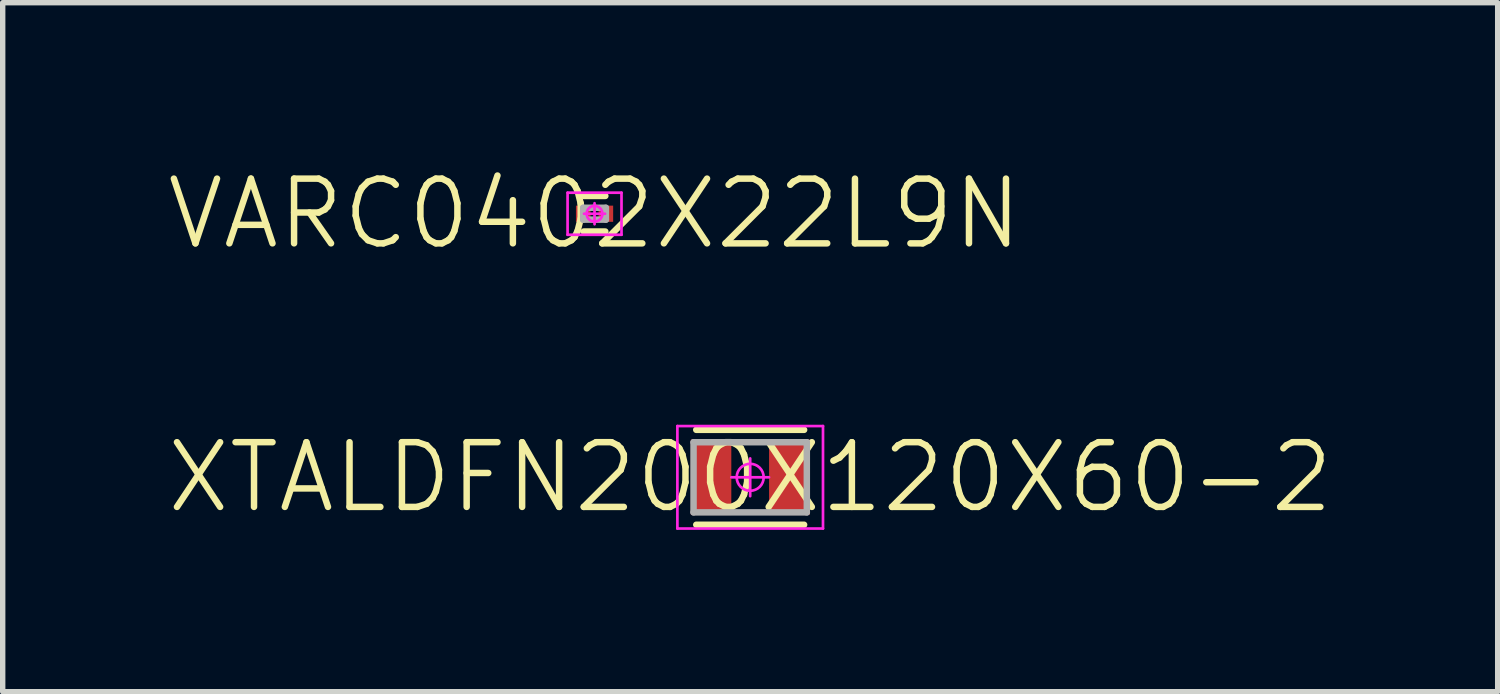
<source format=kicad_pcb>
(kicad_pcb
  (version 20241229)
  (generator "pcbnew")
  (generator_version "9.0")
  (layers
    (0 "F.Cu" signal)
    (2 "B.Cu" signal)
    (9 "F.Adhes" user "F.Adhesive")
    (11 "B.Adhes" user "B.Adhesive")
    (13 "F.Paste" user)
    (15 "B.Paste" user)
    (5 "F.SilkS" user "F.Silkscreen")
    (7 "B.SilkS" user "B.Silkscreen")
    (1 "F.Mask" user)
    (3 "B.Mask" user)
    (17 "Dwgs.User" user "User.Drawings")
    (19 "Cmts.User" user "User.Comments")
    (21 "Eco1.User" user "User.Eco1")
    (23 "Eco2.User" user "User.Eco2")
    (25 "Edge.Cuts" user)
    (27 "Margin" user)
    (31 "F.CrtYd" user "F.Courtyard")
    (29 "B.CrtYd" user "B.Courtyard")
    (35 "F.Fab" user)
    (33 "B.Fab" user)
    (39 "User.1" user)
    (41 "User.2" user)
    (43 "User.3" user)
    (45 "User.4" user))
  (footprint "XTALDFN200X120X60-2"
    (layer "F.Cu")
    (at 10.86 5.8)
    (property "Reference" "XTALDFN200X120X60-2" (at 0 0 0) (layer "F.SilkS") (effects (font (size 1.2 1.2) (thickness 0.12))))
    (attr smd)
    (fp_line (start 1 -0.88) (end -1 -0.88) (stroke (width 0.12) (type solid)) (layer "F.SilkS"))
    (fp_line (start 1 0.88) (end -1 0.88) (stroke (width 0.12) (type solid)) (layer "F.SilkS"))
    (fp_line (start -1.35 -0.95) (end 1.35 -0.95) (stroke (width 0.05) (type solid)) (layer "F.CrtYd"))
    (fp_line (start -1.35 0.95) (end -1.35 -0.95) (stroke (width 0.05) (type solid)) (layer "F.CrtYd"))
    (fp_line (start 0 -0.35) (end 0 0.35) (stroke (width 0.05) (type solid)) (layer "F.CrtYd"))
    (fp_line (start 0.35 0) (end -0.35 0) (stroke (width 0.05) (type solid)) (layer "F.CrtYd"))
    (fp_line (start 1.35 -0.95) (end 1.35 0.95) (stroke (width 0.05) (type solid)) (layer "F.CrtYd"))
    (fp_line (start 1.35 0.95) (end -1.35 0.95) (stroke (width 0.05) (type solid)) (layer "F.CrtYd"))
    (fp_circle (center 0 0) (end 0 0.25) (stroke (width 0.05) (type solid)) (fill no) (layer "F.CrtYd"))
    (fp_line (start -1.05 -0.65) (end 1.05 -0.65) (stroke (width 0.12) (type solid)) (layer "F.Fab"))
    (fp_line (start -1.05 0.65) (end -1.05 -0.65) (stroke (width 0.12) (type solid)) (layer "F.Fab"))
    (fp_line (start 1.05 -0.65) (end 1.05 0.65) (stroke (width 0.12) (type solid)) (layer "F.Fab"))
    (fp_line (start 1.05 0.65) (end -1.05 0.65) (stroke (width 0.12) (type solid)) (layer "F.Fab"))
    (pad "1" smd rect (at -0.725 0) (size 0.75 1.4) (layers "F.Cu" "F.Mask" "F.Paste"))
    (pad "2" smd rect (at 0.725 0) (size 0.75 1.4) (layers "F.Cu" "F.Mask" "F.Paste")))
  (footprint "VARC0402X22L9N"
    (layer "F.Cu")
    (at 7.974 0.913)
    (property "Reference" "VARC0402X22L9N" (at 0 0 0) (layer "F.SilkS") (effects (font (size 1.2 1.2) (thickness 0.12))))
    (attr smd)
    (fp_line (start 0.2 -0.33) (end -0.2 -0.33) (stroke (width 0.12) (type solid)) (layer "F.SilkS"))
    (fp_line (start 0.2 0.33) (end -0.2 0.33) (stroke (width 0.12) (type solid)) (layer "F.SilkS"))
    (fp_line (start -0.5 -0.39) (end 0.5 -0.39) (stroke (width 0.05) (type solid)) (layer "F.CrtYd"))
    (fp_line (start -0.5 0.39) (end -0.5 -0.39) (stroke (width 0.05) (type solid)) (layer "F.CrtYd"))
    (fp_line (start 0 -0.195) (end 0 0.195) (stroke (width 0.05) (type solid)) (layer "F.CrtYd"))
    (fp_line (start 0.195 0) (end -0.195 0) (stroke (width 0.05) (type solid)) (layer "F.CrtYd"))
    (fp_line (start 0.5 -0.39) (end 0.5 0.39) (stroke (width 0.05) (type solid)) (layer "F.CrtYd"))
    (fp_line (start 0.5 0.39) (end -0.5 0.39) (stroke (width 0.05) (type solid)) (layer "F.CrtYd"))
    (fp_circle (center 0 0) (end 0 0.146) (stroke (width 0.05) (type solid)) (fill no) (layer "F.CrtYd"))
    (fp_line (start -0.21 -0.11) (end 0.21 -0.11) (stroke (width 0.12) (type solid)) (layer "F.Fab"))
    (fp_line (start -0.21 0.11) (end -0.21 -0.11) (stroke (width 0.12) (type solid)) (layer "F.Fab"))
    (fp_line (start 0.21 -0.11) (end 0.21 0.11) (stroke (width 0.12) (type solid)) (layer "F.Fab"))
    (fp_line (start 0.21 0.11) (end -0.21 0.11) (stroke (width 0.12) (type solid)) (layer "F.Fab"))
    (pad "1" smd rect (at -0.21 0) (size 0.27 0.3) (layers "F.Cu" "F.Mask" "F.Paste"))
    (pad "2" smd rect (at 0.21 0) (size 0.27 0.3) (layers "F.Cu" "F.Mask" "F.Paste")))
  (gr_rect
    (start -3 -3)
    (end 24.72 9.775)
    (stroke (width 0.1) (type default))
    (fill no)
    (layer "Edge.Cuts")))
</source>
